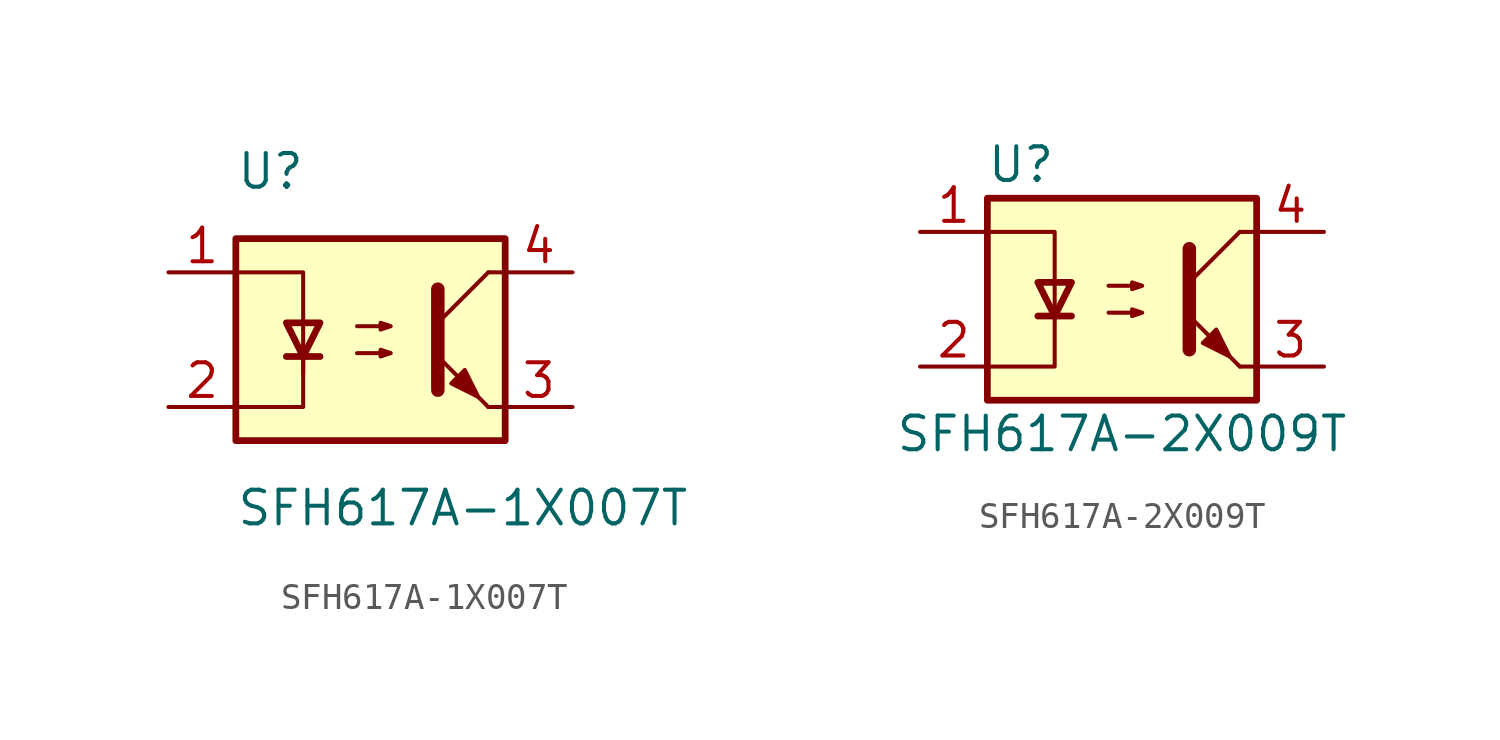
<source format=kicad_sym>
(kicad_symbol_lib
  (version 20241209)
  (generator "kicad_symbol_editor")
  (generator_version "9.0")
  (symbol "SFH617A-1X007T"
    (pin_names
      (offset 1.016))
    (property "Reference" "U"
      (at -5.08 6.35 0)
      (effects (font (size 1.27 1.27)) (justify left)))
    (property "Value" "SFH617A-1X007T"
      (at -5.08 -6.35 0)
      (effects (font (size 1.27 1.27)) (justify left)))
    (symbol "SFH617A-1X007T_0_1"
      (rectangle (start -5.08 3.81) (end 5.08 -3.81) (stroke (width 0.254) (type default)) (fill (type background)))
      (polyline (pts (xy -5.08 2.54) (xy -2.54 2.54) (xy -2.54 -1.27) (xy -2.54 0.635)) (stroke (width 0) (type default)) (fill (type none)))
      (polyline (pts (xy -3.175 -0.635) (xy -1.905 -0.635)) (stroke (width 0.254) (type default)) (fill (type none)))
      (polyline (pts (xy -2.54 -0.635) (xy -2.54 -2.54) (xy -5.08 -2.54)) (stroke (width 0) (type default)) (fill (type none)))
      (polyline (pts (xy -2.54 -0.635) (xy -3.175 0.635) (xy -1.905 0.635) (xy -2.54 -0.635)) (stroke (width 0.254) (type default)) (fill (type none)))
      (polyline (pts (xy -0.508 0.508) (xy 0.762 0.508) (xy 0.381 0.381) (xy 0.381 0.635) (xy 0.762 0.508)) (stroke (width 0) (type default)) (fill (type none)))
      (polyline (pts (xy -0.508 -0.508) (xy 0.762 -0.508) (xy 0.381 -0.635) (xy 0.381 -0.381) (xy 0.762 -0.508)) (stroke (width 0) (type default)) (fill (type none)))
      (polyline (pts (xy 2.54 1.905) (xy 2.54 -1.905)) (stroke (width 0.508) (type default)) (fill (type none)))
      (polyline (pts (xy 2.54 0.635) (xy 4.445 2.54)) (stroke (width 0) (type default)) (fill (type none)))
      (polyline (pts (xy 3.048 -1.651) (xy 3.556 -1.143) (xy 4.064 -2.159) (xy 3.048 -1.651)) (stroke (width 0) (type default)) (fill (type outline)))
      (polyline (pts (xy 4.445 2.54) (xy 5.08 2.54)) (stroke (width 0) (type default)) (fill (type none)))
      (polyline (pts (xy 4.445 -2.54) (xy 2.54 -0.635)) (stroke (width 0) (type default)) (fill (type outline)))
      (polyline (pts (xy 4.445 -2.54) (xy 5.08 -2.54)) (stroke (width 0) (type default)) (fill (type none))))
    (symbol "SFH617A-1X007T_1_1"
      (pin passive line (at -7.62 2.54 0) (length 2.54) (name "~" (effects (font (size 1.27 1.27)))) (number "1" (effects (font (size 1.27 1.27)))))
      (pin passive line (at -7.62 -2.54 0) (length 2.54) (name "~" (effects (font (size 1.27 1.27)))) (number "2" (effects (font (size 1.27 1.27)))))
      (pin passive line (at 7.62 2.54 180) (length 2.54) (name "~" (effects (font (size 1.27 1.27)))) (number "4" (effects (font (size 1.27 1.27)))))
      (pin passive line (at 7.62 -2.54 180) (length 2.54) (name "~" (effects (font (size 1.27 1.27)))) (number "3" (effects (font (size 1.27 1.27)))))))
  (symbol "SFH617A-2X009T"
    (property "Reference" "U"
      (at -3.81 5.08 0)
      (effects (font (size 1.27 1.27))))
    (property "Value" "SFH617A-2X009T"
      (at 0 -5.08 0)
      (effects (font (size 1.27 1.27))))
    (symbol "SFH617A-2X009T_1_1"
      (rectangle (start -5.08 3.81) (end 5.08 -3.81) (stroke (width 0.254) (type default)) (fill (type background)))
      (polyline (pts (xy -5.08 2.54) (xy -2.54 2.54) (xy -2.54 -0.762)) (stroke (width 0) (type default)) (fill (type none)))
      (polyline (pts (xy -3.175 -0.635) (xy -1.905 -0.635)) (stroke (width 0.254) (type default)) (fill (type none)))
      (polyline (pts (xy -2.54 -0.635) (xy -2.54 -2.54) (xy -5.08 -2.54)) (stroke (width 0) (type default)) (fill (type none)))
      (polyline (pts (xy -2.54 -0.635) (xy -3.175 0.635) (xy -1.905 0.635) (xy -2.54 -0.635)) (stroke (width 0.254) (type default)) (fill (type none)))
      (polyline (pts (xy -0.508 0.508) (xy 0.762 0.508) (xy 0.381 0.381) (xy 0.381 0.635) (xy 0.762 0.508)) (stroke (width 0) (type default)) (fill (type none)))
      (polyline (pts (xy -0.508 -0.508) (xy 0.762 -0.508) (xy 0.381 -0.635) (xy 0.381 -0.381) (xy 0.762 -0.508)) (stroke (width 0) (type default)) (fill (type none)))
      (polyline (pts (xy 2.54 1.905) (xy 2.54 -1.905)) (stroke (width 0.508) (type default)) (fill (type none)))
      (polyline (pts (xy 2.54 0.635) (xy 4.445 2.54)) (stroke (width 0) (type default)) (fill (type none)))
      (polyline (pts (xy 3.048 -1.651) (xy 3.556 -1.143) (xy 4.064 -2.159) (xy 3.048 -1.651)) (stroke (width 0) (type default)) (fill (type outline)))
      (polyline (pts (xy 4.445 2.54) (xy 5.08 2.54)) (stroke (width 0) (type default)) (fill (type none)))
      (polyline (pts (xy 4.445 -2.54) (xy 2.54 -0.635)) (stroke (width 0) (type default)) (fill (type outline)))
      (polyline (pts (xy 4.445 -2.54) (xy 5.08 -2.54)) (stroke (width 0) (type default)) (fill (type none)))
      (pin passive line (at -7.62 2.54 0) (length 2.54) (name "~" (effects (font (size 1.27 1.27)))) (number "1" (effects (font (size 1.27 1.27)))))
      (pin passive line (at -7.62 -2.54 0) (length 2.54) (name "~" (effects (font (size 1.27 1.27)))) (number "2" (effects (font (size 1.27 1.27)))))
      (pin passive line (at 7.62 2.54 180) (length 2.54) (name "~" (effects (font (size 1.27 1.27)))) (number "4" (effects (font (size 1.27 1.27)))))
      (pin passive line (at 7.62 -2.54 180) (length 2.54) (name "~" (effects (font (size 1.27 1.27)))) (number "3" (effects (font (size 1.27 1.27))))))))
</source>
